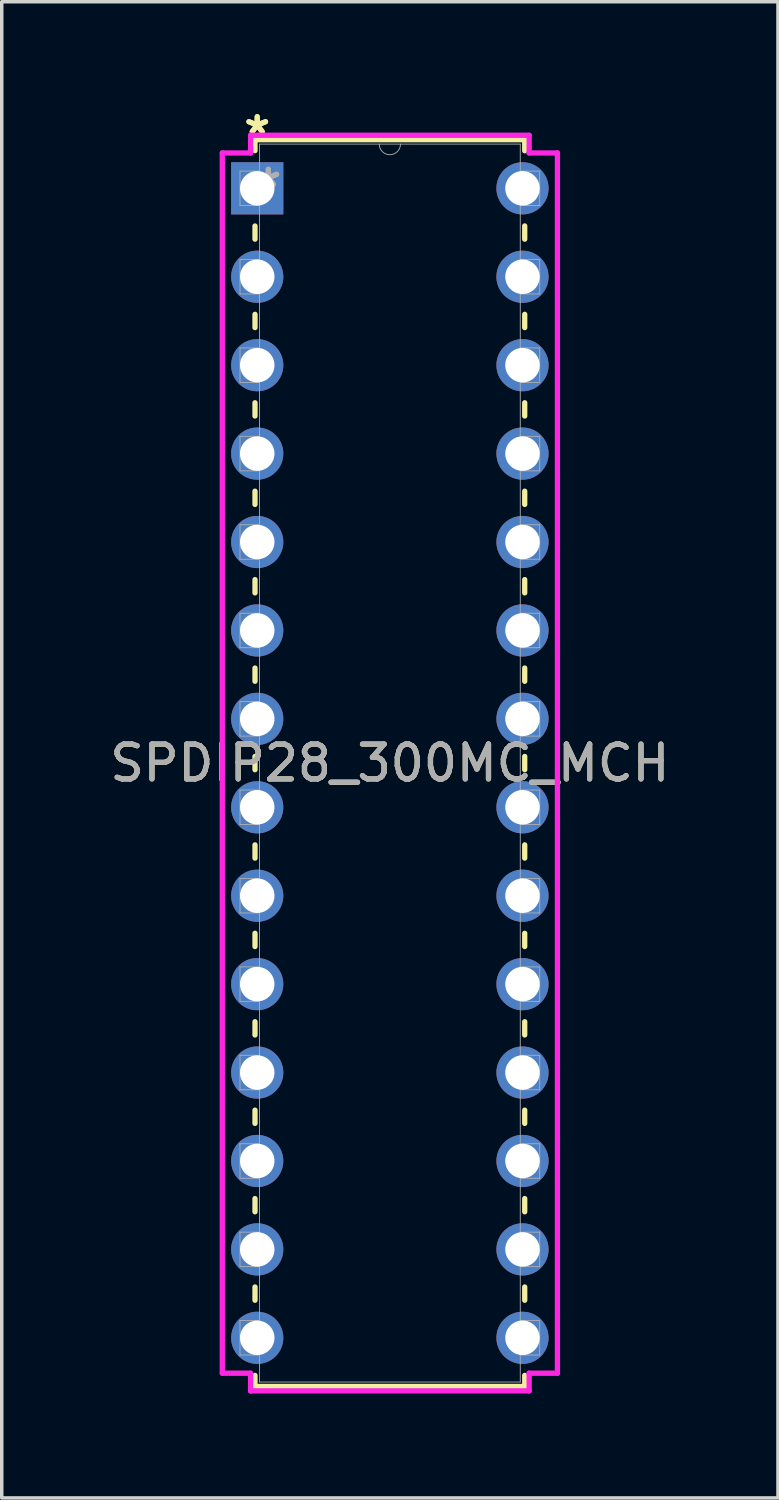
<source format=kicad_pcb>
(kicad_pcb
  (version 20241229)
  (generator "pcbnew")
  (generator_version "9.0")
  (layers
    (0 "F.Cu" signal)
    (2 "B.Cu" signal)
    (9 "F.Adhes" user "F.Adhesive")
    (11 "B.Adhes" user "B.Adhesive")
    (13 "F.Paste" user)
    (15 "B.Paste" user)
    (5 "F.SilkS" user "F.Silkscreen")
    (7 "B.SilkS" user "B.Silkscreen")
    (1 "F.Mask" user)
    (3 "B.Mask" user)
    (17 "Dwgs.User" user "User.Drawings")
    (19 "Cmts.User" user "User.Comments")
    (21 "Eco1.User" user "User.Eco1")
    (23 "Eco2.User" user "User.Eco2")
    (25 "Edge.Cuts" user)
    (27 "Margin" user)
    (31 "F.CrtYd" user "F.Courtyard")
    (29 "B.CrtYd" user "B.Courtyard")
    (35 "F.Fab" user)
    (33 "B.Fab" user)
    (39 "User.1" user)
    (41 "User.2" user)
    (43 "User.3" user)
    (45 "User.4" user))
  (footprint "SPDIP28_300MC_MCH"
    (layer "F.Cu")
    (at 4.339 2.36)
    (property "Reference" "SPDIP28_300MC_MCH" (at 3.81 16.51 0) (unlocked yes) (layer "F.SilkS") (effects (font (size 1 1) (thickness 0.15))))
    (attr through_hole)
    (fp_line (start -0.064 -1.397) (end -0.064 -1.082) (stroke (width 0.152) (type solid)) (layer "F.SilkS"))
    (fp_line (start -0.064 1.082) (end -0.064 1.46) (stroke (width 0.152) (type solid)) (layer "F.SilkS"))
    (fp_line (start -0.064 3.62) (end -0.064 4) (stroke (width 0.152) (type solid)) (layer "F.SilkS"))
    (fp_line (start -0.064 6.16) (end -0.064 6.54) (stroke (width 0.152) (type solid)) (layer "F.SilkS"))
    (fp_line (start -0.064 8.7) (end -0.064 9.08) (stroke (width 0.152) (type solid)) (layer "F.SilkS"))
    (fp_line (start -0.064 11.24) (end -0.064 11.62) (stroke (width 0.152) (type solid)) (layer "F.SilkS"))
    (fp_line (start -0.064 13.78) (end -0.064 14.16) (stroke (width 0.152) (type solid)) (layer "F.SilkS"))
    (fp_line (start -0.064 16.32) (end -0.064 16.7) (stroke (width 0.152) (type solid)) (layer "F.SilkS"))
    (fp_line (start -0.064 18.86) (end -0.064 19.24) (stroke (width 0.152) (type solid)) (layer "F.SilkS"))
    (fp_line (start -0.064 21.4) (end -0.064 21.78) (stroke (width 0.152) (type solid)) (layer "F.SilkS"))
    (fp_line (start -0.064 23.94) (end -0.064 24.32) (stroke (width 0.152) (type solid)) (layer "F.SilkS"))
    (fp_line (start -0.064 26.48) (end -0.064 26.86) (stroke (width 0.152) (type solid)) (layer "F.SilkS"))
    (fp_line (start -0.064 29.02) (end -0.064 29.4) (stroke (width 0.152) (type solid)) (layer "F.SilkS"))
    (fp_line (start -0.064 31.56) (end -0.064 31.94) (stroke (width 0.152) (type solid)) (layer "F.SilkS"))
    (fp_line (start -0.064 34.1) (end -0.064 34.417) (stroke (width 0.152) (type solid)) (layer "F.SilkS"))
    (fp_line (start -0.064 34.417) (end 7.684 34.417) (stroke (width 0.152) (type solid)) (layer "F.SilkS"))
    (fp_line (start 7.684 -1.397) (end -0.064 -1.397) (stroke (width 0.152) (type solid)) (layer "F.SilkS"))
    (fp_line (start 7.684 -1.08) (end 7.684 -1.397) (stroke (width 0.152) (type solid)) (layer "F.SilkS"))
    (fp_line (start 7.684 1.46) (end 7.684 1.08) (stroke (width 0.152) (type solid)) (layer "F.SilkS"))
    (fp_line (start 7.684 4) (end 7.684 3.62) (stroke (width 0.152) (type solid)) (layer "F.SilkS"))
    (fp_line (start 7.684 6.54) (end 7.684 6.16) (stroke (width 0.152) (type solid)) (layer "F.SilkS"))
    (fp_line (start 7.684 9.08) (end 7.684 8.7) (stroke (width 0.152) (type solid)) (layer "F.SilkS"))
    (fp_line (start 7.684 11.62) (end 7.684 11.24) (stroke (width 0.152) (type solid)) (layer "F.SilkS"))
    (fp_line (start 7.684 14.16) (end 7.684 13.78) (stroke (width 0.152) (type solid)) (layer "F.SilkS"))
    (fp_line (start 7.684 16.7) (end 7.684 16.32) (stroke (width 0.152) (type solid)) (layer "F.SilkS"))
    (fp_line (start 7.684 19.24) (end 7.684 18.86) (stroke (width 0.152) (type solid)) (layer "F.SilkS"))
    (fp_line (start 7.684 21.78) (end 7.684 21.4) (stroke (width 0.152) (type solid)) (layer "F.SilkS"))
    (fp_line (start 7.684 24.32) (end 7.684 23.94) (stroke (width 0.152) (type solid)) (layer "F.SilkS"))
    (fp_line (start 7.684 26.86) (end 7.684 26.48) (stroke (width 0.152) (type solid)) (layer "F.SilkS"))
    (fp_line (start 7.684 29.4) (end 7.684 29.02) (stroke (width 0.152) (type solid)) (layer "F.SilkS"))
    (fp_line (start 7.684 31.94) (end 7.684 31.56) (stroke (width 0.152) (type solid)) (layer "F.SilkS"))
    (fp_line (start 7.684 34.417) (end 7.684 34.1) (stroke (width 0.152) (type solid)) (layer "F.SilkS"))
    (fp_line (start -1.003 -1.016) (end -0.191 -1.016) (stroke (width 0.152) (type solid)) (layer "F.CrtYd"))
    (fp_line (start -1.003 34.036) (end -1.003 -1.016) (stroke (width 0.152) (type solid)) (layer "F.CrtYd"))
    (fp_line (start -0.191 -1.524) (end 7.811 -1.524) (stroke (width 0.152) (type solid)) (layer "F.CrtYd"))
    (fp_line (start -0.191 -1.016) (end -0.191 -1.524) (stroke (width 0.152) (type solid)) (layer "F.CrtYd"))
    (fp_line (start -0.191 34.036) (end -1.003 34.036) (stroke (width 0.152) (type solid)) (layer "F.CrtYd"))
    (fp_line (start -0.191 34.544) (end -0.191 34.036) (stroke (width 0.152) (type solid)) (layer "F.CrtYd"))
    (fp_line (start 7.811 -1.524) (end 7.811 -1.016) (stroke (width 0.152) (type solid)) (layer "F.CrtYd"))
    (fp_line (start 7.811 34.036) (end 7.811 34.544) (stroke (width 0.152) (type solid)) (layer "F.CrtYd"))
    (fp_line (start 7.811 34.544) (end -0.191 34.544) (stroke (width 0.152) (type solid)) (layer "F.CrtYd"))
    (fp_line (start 8.623 -1.016) (end 7.811 -1.016) (stroke (width 0.152) (type solid)) (layer "F.CrtYd"))
    (fp_line (start 8.623 -1.016) (end 8.623 34.036) (stroke (width 0.152) (type solid)) (layer "F.CrtYd"))
    (fp_line (start 8.623 34.036) (end 7.811 34.036) (stroke (width 0.152) (type solid)) (layer "F.CrtYd"))
    (fp_line (start -0.495 -0.495) (end -0.495 0.495) (stroke (width 0.025) (type solid)) (layer "F.Fab"))
    (fp_line (start -0.495 0.495) (end 0.064 0.495) (stroke (width 0.025) (type solid)) (layer "F.Fab"))
    (fp_line (start -0.495 2.045) (end -0.495 3.035) (stroke (width 0.025) (type solid)) (layer "F.Fab"))
    (fp_line (start -0.495 3.035) (end 0.064 3.035) (stroke (width 0.025) (type solid)) (layer "F.Fab"))
    (fp_line (start -0.495 4.585) (end -0.495 5.575) (stroke (width 0.025) (type solid)) (layer "F.Fab"))
    (fp_line (start -0.495 5.575) (end 0.064 5.575) (stroke (width 0.025) (type solid)) (layer "F.Fab"))
    (fp_line (start -0.495 7.125) (end -0.495 8.115) (stroke (width 0.025) (type solid)) (layer "F.Fab"))
    (fp_line (start -0.495 8.115) (end 0.064 8.115) (stroke (width 0.025) (type solid)) (layer "F.Fab"))
    (fp_line (start -0.495 9.665) (end -0.495 10.655) (stroke (width 0.025) (type solid)) (layer "F.Fab"))
    (fp_line (start -0.495 10.655) (end 0.064 10.655) (stroke (width 0.025) (type solid)) (layer "F.Fab"))
    (fp_line (start -0.495 12.205) (end -0.495 13.195) (stroke (width 0.025) (type solid)) (layer "F.Fab"))
    (fp_line (start -0.495 13.195) (end 0.064 13.195) (stroke (width 0.025) (type solid)) (layer "F.Fab"))
    (fp_line (start -0.495 14.745) (end -0.495 15.735) (stroke (width 0.025) (type solid)) (layer "F.Fab"))
    (fp_line (start -0.495 15.735) (end 0.064 15.735) (stroke (width 0.025) (type solid)) (layer "F.Fab"))
    (fp_line (start -0.495 17.285) (end -0.495 18.275) (stroke (width 0.025) (type solid)) (layer "F.Fab"))
    (fp_line (start -0.495 18.275) (end 0.064 18.275) (stroke (width 0.025) (type solid)) (layer "F.Fab"))
    (fp_line (start -0.495 19.825) (end -0.495 20.815) (stroke (width 0.025) (type solid)) (layer "F.Fab"))
    (fp_line (start -0.495 20.815) (end 0.064 20.815) (stroke (width 0.025) (type solid)) (layer "F.Fab"))
    (fp_line (start -0.495 22.365) (end -0.495 23.355) (stroke (width 0.025) (type solid)) (layer "F.Fab"))
    (fp_line (start -0.495 23.355) (end 0.064 23.355) (stroke (width 0.025) (type solid)) (layer "F.Fab"))
    (fp_line (start -0.495 24.905) (end -0.495 25.895) (stroke (width 0.025) (type solid)) (layer "F.Fab"))
    (fp_line (start -0.495 25.895) (end 0.064 25.895) (stroke (width 0.025) (type solid)) (layer "F.Fab"))
    (fp_line (start -0.495 27.445) (end -0.495 28.435) (stroke (width 0.025) (type solid)) (layer "F.Fab"))
    (fp_line (start -0.495 28.435) (end 0.064 28.435) (stroke (width 0.025) (type solid)) (layer "F.Fab"))
    (fp_line (start -0.495 29.985) (end -0.495 30.975) (stroke (width 0.025) (type solid)) (layer "F.Fab"))
    (fp_line (start -0.495 30.975) (end 0.064 30.975) (stroke (width 0.025) (type solid)) (layer "F.Fab"))
    (fp_line (start -0.495 32.525) (end -0.495 33.515) (stroke (width 0.025) (type solid)) (layer "F.Fab"))
    (fp_line (start -0.495 33.515) (end 0.064 33.515) (stroke (width 0.025) (type solid)) (layer "F.Fab"))
    (fp_line (start 0.064 -1.27) (end 0.064 34.29) (stroke (width 0.025) (type solid)) (layer "F.Fab"))
    (fp_line (start 0.064 -0.495) (end -0.495 -0.495) (stroke (width 0.025) (type solid)) (layer "F.Fab"))
    (fp_line (start 0.064 0.495) (end 0.064 -0.495) (stroke (width 0.025) (type solid)) (layer "F.Fab"))
    (fp_line (start 0.064 2.045) (end -0.495 2.045) (stroke (width 0.025) (type solid)) (layer "F.Fab"))
    (fp_line (start 0.064 3.035) (end 0.064 2.045) (stroke (width 0.025) (type solid)) (layer "F.Fab"))
    (fp_line (start 0.064 4.585) (end -0.495 4.585) (stroke (width 0.025) (type solid)) (layer "F.Fab"))
    (fp_line (start 0.064 5.575) (end 0.064 4.585) (stroke (width 0.025) (type solid)) (layer "F.Fab"))
    (fp_line (start 0.064 7.125) (end -0.495 7.125) (stroke (width 0.025) (type solid)) (layer "F.Fab"))
    (fp_line (start 0.064 8.115) (end 0.064 7.125) (stroke (width 0.025) (type solid)) (layer "F.Fab"))
    (fp_line (start 0.064 9.665) (end -0.495 9.665) (stroke (width 0.025) (type solid)) (layer "F.Fab"))
    (fp_line (start 0.064 10.655) (end 0.064 9.665) (stroke (width 0.025) (type solid)) (layer "F.Fab"))
    (fp_line (start 0.064 12.205) (end -0.495 12.205) (stroke (width 0.025) (type solid)) (layer "F.Fab"))
    (fp_line (start 0.064 13.195) (end 0.064 12.205) (stroke (width 0.025) (type solid)) (layer "F.Fab"))
    (fp_line (start 0.064 14.745) (end -0.495 14.745) (stroke (width 0.025) (type solid)) (layer "F.Fab"))
    (fp_line (start 0.064 15.735) (end 0.064 14.745) (stroke (width 0.025) (type solid)) (layer "F.Fab"))
    (fp_line (start 0.064 17.285) (end -0.495 17.285) (stroke (width 0.025) (type solid)) (layer "F.Fab"))
    (fp_line (start 0.064 18.275) (end 0.064 17.285) (stroke (width 0.025) (type solid)) (layer "F.Fab"))
    (fp_line (start 0.064 19.825) (end -0.495 19.825) (stroke (width 0.025) (type solid)) (layer "F.Fab"))
    (fp_line (start 0.064 20.815) (end 0.064 19.825) (stroke (width 0.025) (type solid)) (layer "F.Fab"))
    (fp_line (start 0.064 22.365) (end -0.495 22.365) (stroke (width 0.025) (type solid)) (layer "F.Fab"))
    (fp_line (start 0.064 23.355) (end 0.064 22.365) (stroke (width 0.025) (type solid)) (layer "F.Fab"))
    (fp_line (start 0.064 24.905) (end -0.495 24.905) (stroke (width 0.025) (type solid)) (layer "F.Fab"))
    (fp_line (start 0.064 25.895) (end 0.064 24.905) (stroke (width 0.025) (type solid)) (layer "F.Fab"))
    (fp_line (start 0.064 27.445) (end -0.495 27.445) (stroke (width 0.025) (type solid)) (layer "F.Fab"))
    (fp_line (start 0.064 28.435) (end 0.064 27.445) (stroke (width 0.025) (type solid)) (layer "F.Fab"))
    (fp_line (start 0.064 29.985) (end -0.495 29.985) (stroke (width 0.025) (type solid)) (layer "F.Fab"))
    (fp_line (start 0.064 30.975) (end 0.064 29.985) (stroke (width 0.025) (type solid)) (layer "F.Fab"))
    (fp_line (start 0.064 32.525) (end -0.495 32.525) (stroke (width 0.025) (type solid)) (layer "F.Fab"))
    (fp_line (start 0.064 33.515) (end 0.064 32.525) (stroke (width 0.025) (type solid)) (layer "F.Fab"))
    (fp_line (start 0.064 34.29) (end 7.556 34.29) (stroke (width 0.025) (type solid)) (layer "F.Fab"))
    (fp_line (start 7.556 -1.27) (end 0.064 -1.27) (stroke (width 0.025) (type solid)) (layer "F.Fab"))
    (fp_line (start 7.556 -0.495) (end 7.556 0.495) (stroke (width 0.025) (type solid)) (layer "F.Fab"))
    (fp_line (start 7.556 0.495) (end 8.115 0.495) (stroke (width 0.025) (type solid)) (layer "F.Fab"))
    (fp_line (start 7.556 2.045) (end 7.556 3.035) (stroke (width 0.025) (type solid)) (layer "F.Fab"))
    (fp_line (start 7.556 3.035) (end 8.115 3.035) (stroke (width 0.025) (type solid)) (layer "F.Fab"))
    (fp_line (start 7.556 4.585) (end 7.556 5.575) (stroke (width 0.025) (type solid)) (layer "F.Fab"))
    (fp_line (start 7.556 5.575) (end 8.115 5.575) (stroke (width 0.025) (type solid)) (layer "F.Fab"))
    (fp_line (start 7.556 7.125) (end 7.556 8.115) (stroke (width 0.025) (type solid)) (layer "F.Fab"))
    (fp_line (start 7.556 8.115) (end 8.115 8.115) (stroke (width 0.025) (type solid)) (layer "F.Fab"))
    (fp_line (start 7.556 9.665) (end 7.556 10.655) (stroke (width 0.025) (type solid)) (layer "F.Fab"))
    (fp_line (start 7.556 10.655) (end 8.115 10.655) (stroke (width 0.025) (type solid)) (layer "F.Fab"))
    (fp_line (start 7.556 12.205) (end 7.556 13.195) (stroke (width 0.025) (type solid)) (layer "F.Fab"))
    (fp_line (start 7.556 13.195) (end 8.115 13.195) (stroke (width 0.025) (type solid)) (layer "F.Fab"))
    (fp_line (start 7.556 14.745) (end 7.556 15.735) (stroke (width 0.025) (type solid)) (layer "F.Fab"))
    (fp_line (start 7.556 15.735) (end 8.115 15.735) (stroke (width 0.025) (type solid)) (layer "F.Fab"))
    (fp_line (start 7.556 17.285) (end 7.556 18.275) (stroke (width 0.025) (type solid)) (layer "F.Fab"))
    (fp_line (start 7.556 18.275) (end 8.115 18.275) (stroke (width 0.025) (type solid)) (layer "F.Fab"))
    (fp_line (start 7.556 19.825) (end 7.556 20.815) (stroke (width 0.025) (type solid)) (layer "F.Fab"))
    (fp_line (start 7.556 20.815) (end 8.115 20.815) (stroke (width 0.025) (type solid)) (layer "F.Fab"))
    (fp_line (start 7.556 22.365) (end 7.556 23.355) (stroke (width 0.025) (type solid)) (layer "F.Fab"))
    (fp_line (start 7.556 23.355) (end 8.115 23.355) (stroke (width 0.025) (type solid)) (layer "F.Fab"))
    (fp_line (start 7.556 24.905) (end 7.556 25.895) (stroke (width 0.025) (type solid)) (layer "F.Fab"))
    (fp_line (start 7.556 25.895) (end 8.115 25.895) (stroke (width 0.025) (type solid)) (layer "F.Fab"))
    (fp_line (start 7.556 27.445) (end 7.556 28.435) (stroke (width 0.025) (type solid)) (layer "F.Fab"))
    (fp_line (start 7.556 28.435) (end 8.115 28.435) (stroke (width 0.025) (type solid)) (layer "F.Fab"))
    (fp_line (start 7.556 29.985) (end 7.556 30.975) (stroke (width 0.025) (type solid)) (layer "F.Fab"))
    (fp_line (start 7.556 30.975) (end 8.115 30.975) (stroke (width 0.025) (type solid)) (layer "F.Fab"))
    (fp_line (start 7.556 32.525) (end 7.556 33.515) (stroke (width 0.025) (type solid)) (layer "F.Fab"))
    (fp_line (start 7.556 33.515) (end 8.115 33.515) (stroke (width 0.025) (type solid)) (layer "F.Fab"))
    (fp_line (start 7.556 34.29) (end 7.556 -1.27) (stroke (width 0.025) (type solid)) (layer "F.Fab"))
    (fp_line (start 8.115 -0.495) (end 7.556 -0.495) (stroke (width 0.025) (type solid)) (layer "F.Fab"))
    (fp_line (start 8.115 0.495) (end 8.115 -0.495) (stroke (width 0.025) (type solid)) (layer "F.Fab"))
    (fp_line (start 8.115 2.045) (end 7.556 2.045) (stroke (width 0.025) (type solid)) (layer "F.Fab"))
    (fp_line (start 8.115 3.035) (end 8.115 2.045) (stroke (width 0.025) (type solid)) (layer "F.Fab"))
    (fp_line (start 8.115 4.585) (end 7.556 4.585) (stroke (width 0.025) (type solid)) (layer "F.Fab"))
    (fp_line (start 8.115 5.575) (end 8.115 4.585) (stroke (width 0.025) (type solid)) (layer "F.Fab"))
    (fp_line (start 8.115 7.125) (end 7.556 7.125) (stroke (width 0.025) (type solid)) (layer "F.Fab"))
    (fp_line (start 8.115 8.115) (end 8.115 7.125) (stroke (width 0.025) (type solid)) (layer "F.Fab"))
    (fp_line (start 8.115 9.665) (end 7.556 9.665) (stroke (width 0.025) (type solid)) (layer "F.Fab"))
    (fp_line (start 8.115 10.655) (end 8.115 9.665) (stroke (width 0.025) (type solid)) (layer "F.Fab"))
    (fp_line (start 8.115 12.205) (end 7.556 12.205) (stroke (width 0.025) (type solid)) (layer "F.Fab"))
    (fp_line (start 8.115 13.195) (end 8.115 12.205) (stroke (width 0.025) (type solid)) (layer "F.Fab"))
    (fp_line (start 8.115 14.745) (end 7.556 14.745) (stroke (width 0.025) (type solid)) (layer "F.Fab"))
    (fp_line (start 8.115 15.735) (end 8.115 14.745) (stroke (width 0.025) (type solid)) (layer "F.Fab"))
    (fp_line (start 8.115 17.285) (end 7.556 17.285) (stroke (width 0.025) (type solid)) (layer "F.Fab"))
    (fp_line (start 8.115 18.275) (end 8.115 17.285) (stroke (width 0.025) (type solid)) (layer "F.Fab"))
    (fp_line (start 8.115 19.825) (end 7.556 19.825) (stroke (width 0.025) (type solid)) (layer "F.Fab"))
    (fp_line (start 8.115 20.815) (end 8.115 19.825) (stroke (width 0.025) (type solid)) (layer "F.Fab"))
    (fp_line (start 8.115 22.365) (end 7.556 22.365) (stroke (width 0.025) (type solid)) (layer "F.Fab"))
    (fp_line (start 8.115 23.355) (end 8.115 22.365) (stroke (width 0.025) (type solid)) (layer "F.Fab"))
    (fp_line (start 8.115 24.905) (end 7.556 24.905) (stroke (width 0.025) (type solid)) (layer "F.Fab"))
    (fp_line (start 8.115 25.895) (end 8.115 24.905) (stroke (width 0.025) (type solid)) (layer "F.Fab"))
    (fp_line (start 8.115 27.445) (end 7.556 27.445) (stroke (width 0.025) (type solid)) (layer "F.Fab"))
    (fp_line (start 8.115 28.435) (end 8.115 27.445) (stroke (width 0.025) (type solid)) (layer "F.Fab"))
    (fp_line (start 8.115 29.985) (end 7.556 29.985) (stroke (width 0.025) (type solid)) (layer "F.Fab"))
    (fp_line (start 8.115 30.975) (end 8.115 29.985) (stroke (width 0.025) (type solid)) (layer "F.Fab"))
    (fp_line (start 8.115 32.525) (end 7.556 32.525) (stroke (width 0.025) (type solid)) (layer "F.Fab"))
    (fp_line (start 8.115 33.515) (end 8.115 32.525) (stroke (width 0.025) (type solid)) (layer "F.Fab"))
    (fp_arc (start 4.1148 -1.27) (mid 3.81 -0.9652) (end 3.5052 -1.27) (stroke (width 0.0254) (type solid)) (layer "F.Fab"))
    (fp_text user "*" (at 0 -1.511 0) (unlocked yes) (layer "F.SilkS") (effects (font (size 1 1) (thickness 0.15))))
    (fp_text user "*" (at 0 -1.511 0) (layer "F.SilkS") (effects (font (size 1 1) (thickness 0.15))))
    (fp_text user "*" (at 0.318 0 0) (layer "F.Fab") (effects (font (size 1 1) (thickness 0.15))))
    (fp_text user "*" (at 0.318 0 0) (unlocked yes) (layer "F.Fab") (effects (font (size 1 1) (thickness 0.15))))
    (fp_text user "${REFERENCE}" (at 3.81 16.51 0) (unlocked yes) (layer "F.Fab") (effects (font (size 1 1) (thickness 0.15))))
    (pad "1" thru_hole rect (at 0 0) (size 1.499 1.499) (drill 0.991) (layers "*.Cu" "*.Mask"))
    (pad "2" thru_hole circle (at 0 2.54) (size 1.499 1.499) (drill 0.991) (layers "*.Cu" "*.Mask"))
    (pad "3" thru_hole circle (at 0 5.08) (size 1.499 1.499) (drill 0.991) (layers "*.Cu" "*.Mask"))
    (pad "4" thru_hole circle (at 0 7.62) (size 1.499 1.499) (drill 0.991) (layers "*.Cu" "*.Mask"))
    (pad "5" thru_hole circle (at 0 10.16) (size 1.499 1.499) (drill 0.991) (layers "*.Cu" "*.Mask"))
    (pad "6" thru_hole circle (at 0 12.7) (size 1.499 1.499) (drill 0.991) (layers "*.Cu" "*.Mask"))
    (pad "7" thru_hole circle (at 0 15.24) (size 1.499 1.499) (drill 0.991) (layers "*.Cu" "*.Mask"))
    (pad "8" thru_hole circle (at 0 17.78) (size 1.499 1.499) (drill 0.991) (layers "*.Cu" "*.Mask"))
    (pad "9" thru_hole circle (at 0 20.32) (size 1.499 1.499) (drill 0.991) (layers "*.Cu" "*.Mask"))
    (pad "10" thru_hole circle (at 0 22.86) (size 1.499 1.499) (drill 0.991) (layers "*.Cu" "*.Mask"))
    (pad "11" thru_hole circle (at 0 25.4) (size 1.499 1.499) (drill 0.991) (layers "*.Cu" "*.Mask"))
    (pad "12" thru_hole circle (at 0 27.94) (size 1.499 1.499) (drill 0.991) (layers "*.Cu" "*.Mask"))
    (pad "13" thru_hole circle (at 0 30.48) (size 1.499 1.499) (drill 0.991) (layers "*.Cu" "*.Mask"))
    (pad "14" thru_hole circle (at 0 33.02) (size 1.499 1.499) (drill 0.991) (layers "*.Cu" "*.Mask"))
    (pad "15" thru_hole circle (at 7.62 33.02) (size 1.499 1.499) (drill 0.991) (layers "*.Cu" "*.Mask"))
    (pad "16" thru_hole circle (at 7.62 30.48) (size 1.499 1.499) (drill 0.991) (layers "*.Cu" "*.Mask"))
    (pad "17" thru_hole circle (at 7.62 27.94) (size 1.499 1.499) (drill 0.991) (layers "*.Cu" "*.Mask"))
    (pad "18" thru_hole circle (at 7.62 25.4) (size 1.499 1.499) (drill 0.991) (layers "*.Cu" "*.Mask"))
    (pad "19" thru_hole circle (at 7.62 22.86) (size 1.499 1.499) (drill 0.991) (layers "*.Cu" "*.Mask"))
    (pad "20" thru_hole circle (at 7.62 20.32) (size 1.499 1.499) (drill 0.991) (layers "*.Cu" "*.Mask"))
    (pad "21" thru_hole circle (at 7.62 17.78) (size 1.499 1.499) (drill 0.991) (layers "*.Cu" "*.Mask"))
    (pad "22" thru_hole circle (at 7.62 15.24) (size 1.499 1.499) (drill 0.991) (layers "*.Cu" "*.Mask"))
    (pad "23" thru_hole circle (at 7.62 12.7) (size 1.499 1.499) (drill 0.991) (layers "*.Cu" "*.Mask"))
    (pad "24" thru_hole circle (at 7.62 10.16) (size 1.499 1.499) (drill 0.991) (layers "*.Cu" "*.Mask"))
    (pad "25" thru_hole circle (at 7.62 7.62) (size 1.499 1.499) (drill 0.991) (layers "*.Cu" "*.Mask"))
    (pad "26" thru_hole circle (at 7.62 5.08) (size 1.499 1.499) (drill 0.991) (layers "*.Cu" "*.Mask"))
    (pad "27" thru_hole circle (at 7.62 2.54) (size 1.499 1.499) (drill 0.991) (layers "*.Cu" "*.Mask"))
    (pad "28" thru_hole circle (at 7.62 0) (size 1.499 1.499) (drill 0.991) (layers "*.Cu" "*.Mask")))
  (gr_rect
    (start -3 -3)
    (end 19.298 39.98)
    (stroke (width 0.1) (type default))
    (fill no)
    (layer "Edge.Cuts")))
</source>
